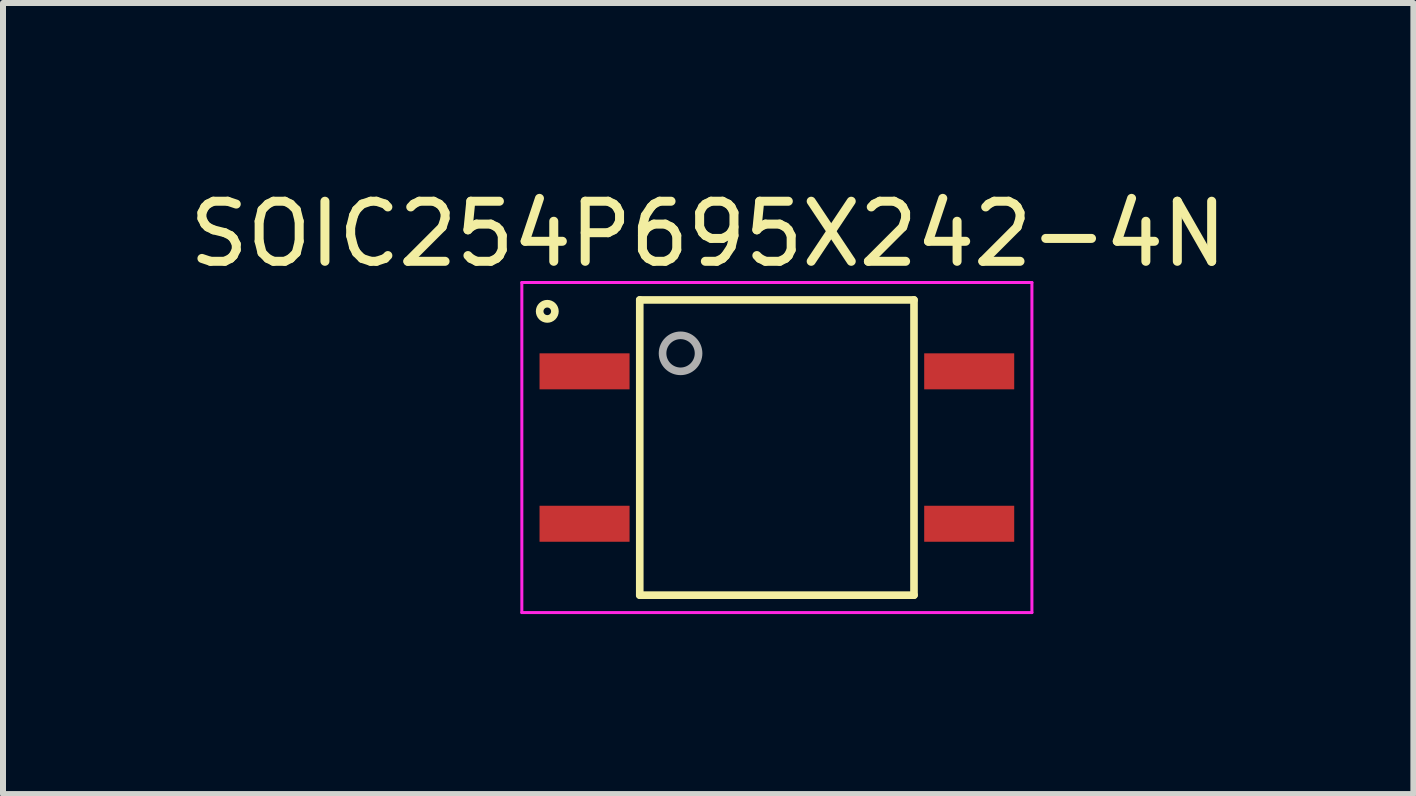
<source format=kicad_pcb>
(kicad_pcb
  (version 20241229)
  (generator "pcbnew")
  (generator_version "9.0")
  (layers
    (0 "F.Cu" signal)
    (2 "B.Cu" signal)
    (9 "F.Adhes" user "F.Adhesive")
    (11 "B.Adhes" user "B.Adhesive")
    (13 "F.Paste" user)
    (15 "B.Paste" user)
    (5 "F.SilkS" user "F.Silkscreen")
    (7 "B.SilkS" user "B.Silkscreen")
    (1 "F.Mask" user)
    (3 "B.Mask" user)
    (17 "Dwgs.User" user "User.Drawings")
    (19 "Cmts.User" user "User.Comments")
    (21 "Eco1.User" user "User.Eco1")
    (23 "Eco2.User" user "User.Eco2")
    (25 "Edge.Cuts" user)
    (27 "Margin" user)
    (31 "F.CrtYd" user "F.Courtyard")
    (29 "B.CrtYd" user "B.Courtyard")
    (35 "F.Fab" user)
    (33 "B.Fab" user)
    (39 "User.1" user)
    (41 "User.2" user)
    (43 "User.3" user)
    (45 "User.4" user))
  (footprint "SOIC254P695X242-4N"
    (layer "F.Cu")
    (at 9.896 4.408)
    (property "Reference" "SOIC254P695X242-4N" (at -1.144 -3.559 0) (layer "F.SilkS") (effects (font (size 1.001 1.001) (thickness 0.15))))
    (attr smd)
    (fp_line (start -2.285 -2.46) (end 2.285 -2.46) (stroke (width 0.127) (type solid)) (layer "F.SilkS"))
    (fp_line (start -2.285 2.46) (end -2.285 -2.46) (stroke (width 0.127) (type solid)) (layer "F.SilkS"))
    (fp_line (start 2.285 -2.46) (end 2.285 2.46) (stroke (width 0.127) (type solid)) (layer "F.SilkS"))
    (fp_line (start 2.285 2.46) (end -2.285 2.46) (stroke (width 0.127) (type solid)) (layer "F.SilkS"))
    (fp_circle (center -3.826 -2.27) (end -3.699 -2.27) (stroke (width 0.127) (type solid)) (fill no) (layer "F.SilkS"))
    (fp_line (start -4.25 -2.75) (end 4.25 -2.75) (stroke (width 0.05) (type solid)) (layer "F.CrtYd"))
    (fp_line (start -4.25 2.75) (end -4.25 -2.75) (stroke (width 0.05) (type solid)) (layer "F.CrtYd"))
    (fp_line (start 4.25 -2.75) (end 4.25 2.75) (stroke (width 0.05) (type solid)) (layer "F.CrtYd"))
    (fp_line (start 4.25 2.75) (end -4.25 2.75) (stroke (width 0.05) (type solid)) (layer "F.CrtYd"))
    (fp_circle (center -1.605 -1.57) (end -1.305 -1.57) (stroke (width 0.127) (type solid)) (fill no) (layer "F.Fab"))
    (pad "1" smd rect (at -3.205 -1.27) (size 1.5 0.6) (layers "F.Cu" "F.Mask" "F.Paste"))
    (pad "2" smd rect (at -3.205 1.27) (size 1.5 0.6) (layers "F.Cu" "F.Mask" "F.Paste"))
    (pad "3" smd rect (at 3.205 1.27) (size 1.5 0.6) (layers "F.Cu" "F.Mask" "F.Paste"))
    (pad "4" smd rect (at 3.205 -1.27) (size 1.5 0.6) (layers "F.Cu" "F.Mask" "F.Paste")))
  (gr_rect
    (start -3 -3)
    (end 20.503 10.183)
    (stroke (width 0.1) (type default))
    (fill no)
    (layer "Edge.Cuts")))
</source>
